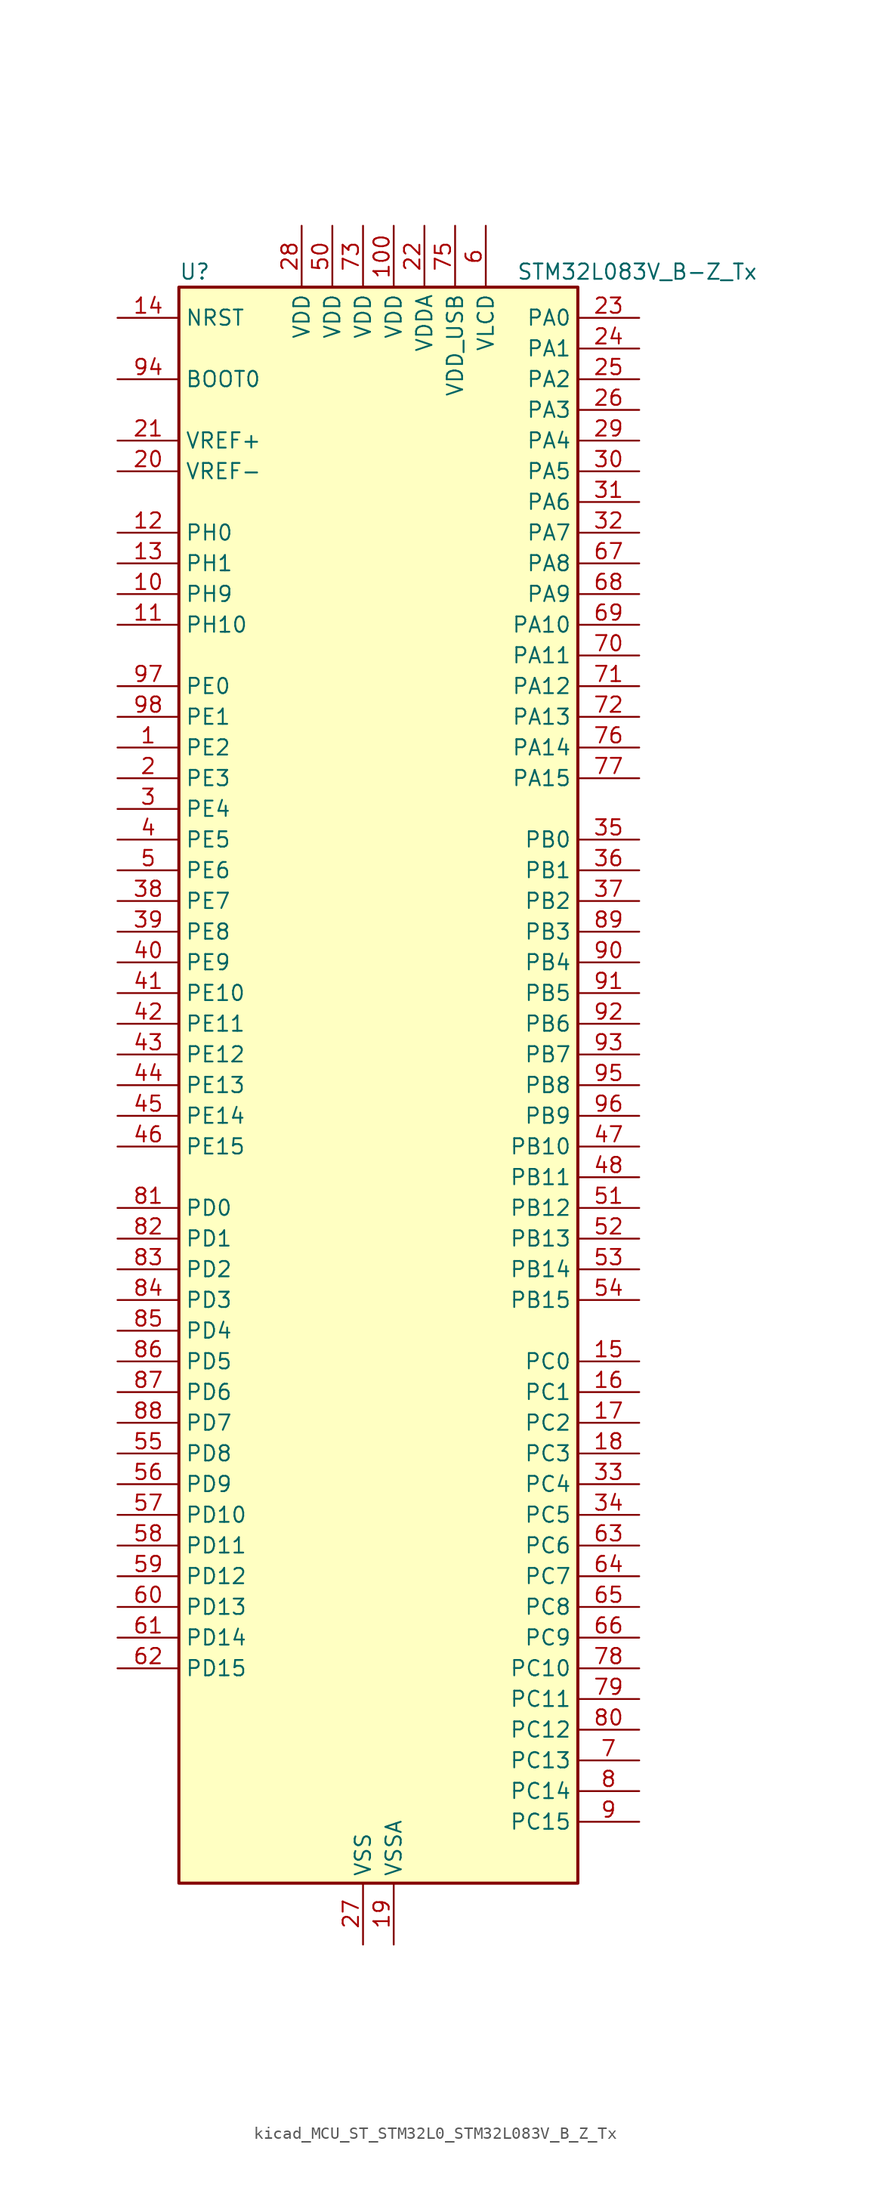
<source format=kicad_sym>
(kicad_symbol_lib
  (version 20220914)
  (generator kicad_symbol_editor)
  (symbol "kicad_MCU_ST_STM32L0_STM32L083V_B_Z_Tx"
    (property "Reference" "U"
      (at -15.24 67.31 0)
      (effects (font (size 1.27 1.27)) (justify left)))
    (property "Value" "STM32L083V_B-Z_Tx"
      (at 12.7 67.31 0)
      (effects (font (size 1.27 1.27)) (justify left)))
    (property "ki_locked" ""
      (at 0 0 0)
      (effects (font (size 1.27 1.27))))
    (symbol "kicad_MCU_ST_STM32L0_STM32L083V_B_Z_Tx_0_1"
      (rectangle (start -15.24 -66.04) (end 17.78 66.04) (stroke (width 0.254) (type default)) (fill (type background))))
    (symbol "kicad_MCU_ST_STM32L0_STM32L083V_B_Z_Tx_1_1"
      (pin bidirectional line (at -20.32 27.94 0) (length 5.08) (name "PE2" (effects (font (size 1.27 1.27)))) (number "1" (effects (font (size 1.27 1.27)))) (alternate "LCD_SEG38" bidirectional line) (alternate "TIM3_ETR" bidirectional line))
      (pin bidirectional line (at -20.32 40.64 0) (length 5.08) (name "PH9" (effects (font (size 1.27 1.27)))) (number "10" (effects (font (size 1.27 1.27)))) (alternate "DAC_EXTI9" bidirectional line))
      (pin power_in line (at 2.54 71.12 270) (length 5.08) (name "VDD" (effects (font (size 1.27 1.27)))) (number "100" (effects (font (size 1.27 1.27)))))
      (pin bidirectional line (at -20.32 38.1 0) (length 5.08) (name "PH10" (effects (font (size 1.27 1.27)))) (number "11" (effects (font (size 1.27 1.27)))))
      (pin bidirectional line (at -20.32 45.72 0) (length 5.08) (name "PH0" (effects (font (size 1.27 1.27)))) (number "12" (effects (font (size 1.27 1.27)))) (alternate "CRS_SYNC" bidirectional line) (alternate "RCC_OSC_IN" bidirectional line))
      (pin bidirectional line (at -20.32 43.18 0) (length 5.08) (name "PH1" (effects (font (size 1.27 1.27)))) (number "13" (effects (font (size 1.27 1.27)))) (alternate "RCC_OSC_OUT" bidirectional line))
      (pin input line (at -20.32 63.5 0) (length 5.08) (name "NRST" (effects (font (size 1.27 1.27)))) (number "14" (effects (font (size 1.27 1.27)))))
      (pin bidirectional line (at 22.86 -22.86 180) (length 5.08) (name "PC0" (effects (font (size 1.27 1.27)))) (number "15" (effects (font (size 1.27 1.27)))) (alternate "ADC_IN10" bidirectional line) (alternate "I2C3_SCL" bidirectional line) (alternate "LCD_SEG18" bidirectional line) (alternate "LPTIM1_IN1" bidirectional line) (alternate "LPUART1_RX" bidirectional line) (alternate "TSC_G7_IO1" bidirectional line))
      (pin bidirectional line (at 22.86 -25.4 180) (length 5.08) (name "PC1" (effects (font (size 1.27 1.27)))) (number "16" (effects (font (size 1.27 1.27)))) (alternate "ADC_IN11" bidirectional line) (alternate "I2C3_SDA" bidirectional line) (alternate "LCD_SEG19" bidirectional line) (alternate "LPTIM1_OUT" bidirectional line) (alternate "LPUART1_TX" bidirectional line) (alternate "TSC_G7_IO2" bidirectional line))
      (pin bidirectional line (at 22.86 -27.94 180) (length 5.08) (name "PC2" (effects (font (size 1.27 1.27)))) (number "17" (effects (font (size 1.27 1.27)))) (alternate "ADC_IN12" bidirectional line) (alternate "I2S2_MCK" bidirectional line) (alternate "LCD_SEG20" bidirectional line) (alternate "LPTIM1_IN2" bidirectional line) (alternate "SPI2_MISO" bidirectional line) (alternate "TSC_G7_IO3" bidirectional line))
      (pin bidirectional line (at 22.86 -30.48 180) (length 5.08) (name "PC3" (effects (font (size 1.27 1.27)))) (number "18" (effects (font (size 1.27 1.27)))) (alternate "ADC_IN13" bidirectional line) (alternate "I2S2_SD" bidirectional line) (alternate "LCD_SEG21" bidirectional line) (alternate "LPTIM1_ETR" bidirectional line) (alternate "SPI2_MOSI" bidirectional line) (alternate "TSC_G7_IO4" bidirectional line))
      (pin power_in line (at 2.54 -71.12 90) (length 5.08) (name "VSSA" (effects (font (size 1.27 1.27)))) (number "19" (effects (font (size 1.27 1.27)))))
      (pin bidirectional line (at -20.32 25.4 0) (length 5.08) (name "PE3" (effects (font (size 1.27 1.27)))) (number "2" (effects (font (size 1.27 1.27)))) (alternate "LCD_SEG39" bidirectional line) (alternate "TIM22_CH1" bidirectional line) (alternate "TIM3_CH1" bidirectional line))
      (pin input line (at -20.32 50.8 0) (length 5.08) (name "VREF-" (effects (font (size 1.27 1.27)))) (number "20" (effects (font (size 1.27 1.27)))))
      (pin input line (at -20.32 53.34 0) (length 5.08) (name "VREF+" (effects (font (size 1.27 1.27)))) (number "21" (effects (font (size 1.27 1.27)))))
      (pin power_in line (at 5.08 71.12 270) (length 5.08) (name "VDDA" (effects (font (size 1.27 1.27)))) (number "22" (effects (font (size 1.27 1.27)))))
      (pin bidirectional line (at 22.86 63.5 180) (length 5.08) (name "PA0" (effects (font (size 1.27 1.27)))) (number "23" (effects (font (size 1.27 1.27)))) (alternate "ADC_IN0" bidirectional line) (alternate "COMP1_INM" bidirectional line) (alternate "COMP1_OUT" bidirectional line) (alternate "RTC_TAMP2" bidirectional line) (alternate "SYS_WKUP1" bidirectional line) (alternate "TIM2_CH1" bidirectional line) (alternate "TIM2_ETR" bidirectional line) (alternate "TSC_G1_IO1" bidirectional line) (alternate "USART2_CTS" bidirectional line) (alternate "USART4_TX" bidirectional line))
      (pin bidirectional line (at 22.86 60.96 180) (length 5.08) (name "PA1" (effects (font (size 1.27 1.27)))) (number "24" (effects (font (size 1.27 1.27)))) (alternate "ADC_IN1" bidirectional line) (alternate "COMP1_INP" bidirectional line) (alternate "LCD_SEG0" bidirectional line) (alternate "TIM21_ETR" bidirectional line) (alternate "TIM2_CH2" bidirectional line) (alternate "TSC_G1_IO2" bidirectional line) (alternate "USART2_DE" bidirectional line) (alternate "USART2_RTS" bidirectional line) (alternate "USART4_RX" bidirectional line))
      (pin bidirectional line (at 22.86 58.42 180) (length 5.08) (name "PA2" (effects (font (size 1.27 1.27)))) (number "25" (effects (font (size 1.27 1.27)))) (alternate "ADC_IN2" bidirectional line) (alternate "COMP2_INM" bidirectional line) (alternate "COMP2_OUT" bidirectional line) (alternate "LCD_SEG1" bidirectional line) (alternate "LPUART1_TX" bidirectional line) (alternate "TIM21_CH1" bidirectional line) (alternate "TIM2_CH3" bidirectional line) (alternate "TSC_G1_IO3" bidirectional line) (alternate "USART2_TX" bidirectional line))
      (pin bidirectional line (at 22.86 55.88 180) (length 5.08) (name "PA3" (effects (font (size 1.27 1.27)))) (number "26" (effects (font (size 1.27 1.27)))) (alternate "ADC_IN3" bidirectional line) (alternate "COMP2_INP" bidirectional line) (alternate "LCD_SEG2" bidirectional line) (alternate "LPUART1_RX" bidirectional line) (alternate "TIM21_CH2" bidirectional line) (alternate "TIM2_CH4" bidirectional line) (alternate "TSC_G1_IO4" bidirectional line) (alternate "USART2_RX" bidirectional line))
      (pin power_in line (at 0 -71.12 90) (length 5.08) (name "VSS" (effects (font (size 1.27 1.27)))) (number "27" (effects (font (size 1.27 1.27)))))
      (pin power_in line (at -5.08 71.12 270) (length 5.08) (name "VDD" (effects (font (size 1.27 1.27)))) (number "28" (effects (font (size 1.27 1.27)))))
      (pin bidirectional line (at 22.86 53.34 180) (length 5.08) (name "PA4" (effects (font (size 1.27 1.27)))) (number "29" (effects (font (size 1.27 1.27)))) (alternate "ADC_IN4" bidirectional line) (alternate "COMP1_INM" bidirectional line) (alternate "COMP2_INM" bidirectional line) (alternate "DAC_OUT1" bidirectional line) (alternate "SPI1_NSS" bidirectional line) (alternate "TIM22_ETR" bidirectional line) (alternate "TSC_G2_IO1" bidirectional line) (alternate "USART2_CK" bidirectional line))
      (pin bidirectional line (at -20.32 22.86 0) (length 5.08) (name "PE4" (effects (font (size 1.27 1.27)))) (number "3" (effects (font (size 1.27 1.27)))) (alternate "TIM22_CH2" bidirectional line) (alternate "TIM3_CH2" bidirectional line))
      (pin bidirectional line (at 22.86 50.8 180) (length 5.08) (name "PA5" (effects (font (size 1.27 1.27)))) (number "30" (effects (font (size 1.27 1.27)))) (alternate "ADC_IN5" bidirectional line) (alternate "COMP1_INM" bidirectional line) (alternate "COMP2_INM" bidirectional line) (alternate "DAC_OUT2" bidirectional line) (alternate "SPI1_SCK" bidirectional line) (alternate "TIM2_CH1" bidirectional line) (alternate "TIM2_ETR" bidirectional line) (alternate "TSC_G2_IO2" bidirectional line))
      (pin bidirectional line (at 22.86 48.26 180) (length 5.08) (name "PA6" (effects (font (size 1.27 1.27)))) (number "31" (effects (font (size 1.27 1.27)))) (alternate "ADC_IN6" bidirectional line) (alternate "COMP1_OUT" bidirectional line) (alternate "LCD_SEG3" bidirectional line) (alternate "LPUART1_CTS" bidirectional line) (alternate "SPI1_MISO" bidirectional line) (alternate "TIM22_CH1" bidirectional line) (alternate "TIM3_CH1" bidirectional line) (alternate "TSC_G2_IO3" bidirectional line))
      (pin bidirectional line (at 22.86 45.72 180) (length 5.08) (name "PA7" (effects (font (size 1.27 1.27)))) (number "32" (effects (font (size 1.27 1.27)))) (alternate "ADC_IN7" bidirectional line) (alternate "COMP2_OUT" bidirectional line) (alternate "LCD_SEG4" bidirectional line) (alternate "SPI1_MOSI" bidirectional line) (alternate "TIM22_CH2" bidirectional line) (alternate "TIM3_CH2" bidirectional line) (alternate "TSC_G2_IO4" bidirectional line))
      (pin bidirectional line (at 22.86 -33.02 180) (length 5.08) (name "PC4" (effects (font (size 1.27 1.27)))) (number "33" (effects (font (size 1.27 1.27)))) (alternate "ADC_IN14" bidirectional line) (alternate "LCD_SEG22" bidirectional line) (alternate "LPUART1_TX" bidirectional line))
      (pin bidirectional line (at 22.86 -35.56 180) (length 5.08) (name "PC5" (effects (font (size 1.27 1.27)))) (number "34" (effects (font (size 1.27 1.27)))) (alternate "ADC_IN15" bidirectional line) (alternate "LCD_SEG23" bidirectional line) (alternate "LPUART1_RX" bidirectional line) (alternate "TSC_G3_IO1" bidirectional line))
      (pin bidirectional line (at 22.86 20.32 180) (length 5.08) (name "PB0" (effects (font (size 1.27 1.27)))) (number "35" (effects (font (size 1.27 1.27)))) (alternate "ADC_IN8" bidirectional line) (alternate "LCD_SEG5" bidirectional line) (alternate "LCD_VLCD3" bidirectional line) (alternate "SYS_VREF_OUT_PB0" bidirectional line) (alternate "TIM3_CH3" bidirectional line) (alternate "TSC_G3_IO2" bidirectional line))
      (pin bidirectional line (at 22.86 17.78 180) (length 5.08) (name "PB1" (effects (font (size 1.27 1.27)))) (number "36" (effects (font (size 1.27 1.27)))) (alternate "ADC_IN9" bidirectional line) (alternate "LCD_SEG6" bidirectional line) (alternate "LPUART1_DE" bidirectional line) (alternate "LPUART1_RTS" bidirectional line) (alternate "SYS_VREF_OUT_PB1" bidirectional line) (alternate "TIM3_CH4" bidirectional line) (alternate "TSC_G3_IO3" bidirectional line))
      (pin bidirectional line (at 22.86 15.24 180) (length 5.08) (name "PB2" (effects (font (size 1.27 1.27)))) (number "37" (effects (font (size 1.27 1.27)))) (alternate "I2C3_SMBA" bidirectional line) (alternate "LCD_VLCD2" bidirectional line) (alternate "LPTIM1_OUT" bidirectional line) (alternate "TSC_G3_IO4" bidirectional line))
      (pin bidirectional line (at -20.32 15.24 0) (length 5.08) (name "PE7" (effects (font (size 1.27 1.27)))) (number "38" (effects (font (size 1.27 1.27)))) (alternate "LCD_SEG45" bidirectional line) (alternate "USART5_CK" bidirectional line) (alternate "USART5_DE" bidirectional line) (alternate "USART5_RTS" bidirectional line))
      (pin bidirectional line (at -20.32 12.7 0) (length 5.08) (name "PE8" (effects (font (size 1.27 1.27)))) (number "39" (effects (font (size 1.27 1.27)))) (alternate "LCD_SEG46" bidirectional line) (alternate "USART4_TX" bidirectional line))
      (pin bidirectional line (at -20.32 20.32 0) (length 5.08) (name "PE5" (effects (font (size 1.27 1.27)))) (number "4" (effects (font (size 1.27 1.27)))) (alternate "TIM21_CH1" bidirectional line) (alternate "TIM3_CH3" bidirectional line))
      (pin bidirectional line (at -20.32 10.16 0) (length 5.08) (name "PE9" (effects (font (size 1.27 1.27)))) (number "40" (effects (font (size 1.27 1.27)))) (alternate "DAC_EXTI9" bidirectional line) (alternate "LCD_SEG47" bidirectional line) (alternate "TIM2_CH1" bidirectional line) (alternate "TIM2_ETR" bidirectional line) (alternate "USART4_RX" bidirectional line))
      (pin bidirectional line (at -20.32 7.62 0) (length 5.08) (name "PE10" (effects (font (size 1.27 1.27)))) (number "41" (effects (font (size 1.27 1.27)))) (alternate "LCD_SEG40" bidirectional line) (alternate "TIM2_CH2" bidirectional line) (alternate "USART5_TX" bidirectional line))
      (pin bidirectional line (at -20.32 5.08 0) (length 5.08) (name "PE11" (effects (font (size 1.27 1.27)))) (number "42" (effects (font (size 1.27 1.27)))) (alternate "ADC_EXTI11" bidirectional line) (alternate "LCD_VLCD1" bidirectional line) (alternate "TIM2_CH3" bidirectional line) (alternate "USART5_RX" bidirectional line))
      (pin bidirectional line (at -20.32 2.54 0) (length 5.08) (name "PE12" (effects (font (size 1.27 1.27)))) (number "43" (effects (font (size 1.27 1.27)))) (alternate "LCD_VLCD3" bidirectional line) (alternate "SPI1_NSS" bidirectional line) (alternate "TIM2_CH4" bidirectional line))
      (pin bidirectional line (at -20.32 0 0) (length 5.08) (name "PE13" (effects (font (size 1.27 1.27)))) (number "44" (effects (font (size 1.27 1.27)))) (alternate "LCD_SEG41" bidirectional line) (alternate "SPI1_SCK" bidirectional line))
      (pin bidirectional line (at -20.32 -2.54 0) (length 5.08) (name "PE14" (effects (font (size 1.27 1.27)))) (number "45" (effects (font (size 1.27 1.27)))) (alternate "LCD_SEG42" bidirectional line) (alternate "SPI1_MISO" bidirectional line))
      (pin bidirectional line (at -20.32 -5.08 0) (length 5.08) (name "PE15" (effects (font (size 1.27 1.27)))) (number "46" (effects (font (size 1.27 1.27)))) (alternate "LCD_SEG43" bidirectional line) (alternate "SPI1_MOSI" bidirectional line))
      (pin bidirectional line (at 22.86 -5.08 180) (length 5.08) (name "PB10" (effects (font (size 1.27 1.27)))) (number "47" (effects (font (size 1.27 1.27)))) (alternate "I2C2_SCL" bidirectional line) (alternate "LCD_SEG10" bidirectional line) (alternate "LPUART1_RX" bidirectional line) (alternate "LPUART1_TX" bidirectional line) (alternate "SPI2_SCK" bidirectional line) (alternate "TIM2_CH3" bidirectional line) (alternate "TSC_SYNC" bidirectional line))
      (pin bidirectional line (at 22.86 -7.62 180) (length 5.08) (name "PB11" (effects (font (size 1.27 1.27)))) (number "48" (effects (font (size 1.27 1.27)))) (alternate "ADC_EXTI11" bidirectional line) (alternate "I2C2_SDA" bidirectional line) (alternate "LCD_SEG11" bidirectional line) (alternate "LPUART1_RX" bidirectional line) (alternate "LPUART1_TX" bidirectional line) (alternate "TIM2_CH4" bidirectional line) (alternate "TSC_G6_IO1" bidirectional line))
      (pin passive line (at 0 -71.12 90) (length 5.08) hide (name "VSS" (effects (font (size 1.27 1.27)))) (number "49" (effects (font (size 1.27 1.27)))))
      (pin bidirectional line (at -20.32 17.78 0) (length 5.08) (name "PE6" (effects (font (size 1.27 1.27)))) (number "5" (effects (font (size 1.27 1.27)))) (alternate "RTC_TAMP3" bidirectional line) (alternate "SYS_WKUP3" bidirectional line) (alternate "TIM21_CH2" bidirectional line) (alternate "TIM3_CH4" bidirectional line))
      (pin power_in line (at -2.54 71.12 270) (length 5.08) (name "VDD" (effects (font (size 1.27 1.27)))) (number "50" (effects (font (size 1.27 1.27)))))
      (pin bidirectional line (at 22.86 -10.16 180) (length 5.08) (name "PB12" (effects (font (size 1.27 1.27)))) (number "51" (effects (font (size 1.27 1.27)))) (alternate "I2S2_WS" bidirectional line) (alternate "LCD_SEG12" bidirectional line) (alternate "LCD_VLCD2" bidirectional line) (alternate "LPUART1_DE" bidirectional line) (alternate "LPUART1_RTS" bidirectional line) (alternate "SPI2_NSS" bidirectional line) (alternate "TSC_G6_IO2" bidirectional line))
      (pin bidirectional line (at 22.86 -12.7 180) (length 5.08) (name "PB13" (effects (font (size 1.27 1.27)))) (number "52" (effects (font (size 1.27 1.27)))) (alternate "I2C2_SCL" bidirectional line) (alternate "I2S2_CK" bidirectional line) (alternate "LCD_SEG13" bidirectional line) (alternate "LPUART1_CTS" bidirectional line) (alternate "RCC_MCO" bidirectional line) (alternate "SPI2_SCK" bidirectional line) (alternate "TIM21_CH1" bidirectional line) (alternate "TSC_G6_IO3" bidirectional line))
      (pin bidirectional line (at 22.86 -15.24 180) (length 5.08) (name "PB14" (effects (font (size 1.27 1.27)))) (number "53" (effects (font (size 1.27 1.27)))) (alternate "I2C2_SDA" bidirectional line) (alternate "I2S2_MCK" bidirectional line) (alternate "LCD_SEG14" bidirectional line) (alternate "LPUART1_DE" bidirectional line) (alternate "LPUART1_RTS" bidirectional line) (alternate "RTC_OUT_ALARM" bidirectional line) (alternate "RTC_OUT_CALIB" bidirectional line) (alternate "SPI2_MISO" bidirectional line) (alternate "TIM21_CH2" bidirectional line) (alternate "TSC_G6_IO4" bidirectional line))
      (pin bidirectional line (at 22.86 -17.78 180) (length 5.08) (name "PB15" (effects (font (size 1.27 1.27)))) (number "54" (effects (font (size 1.27 1.27)))) (alternate "I2S2_SD" bidirectional line) (alternate "LCD_SEG15" bidirectional line) (alternate "RTC_REFIN" bidirectional line) (alternate "SPI2_MOSI" bidirectional line))
      (pin bidirectional line (at -20.32 -30.48 0) (length 5.08) (name "PD8" (effects (font (size 1.27 1.27)))) (number "55" (effects (font (size 1.27 1.27)))) (alternate "LCD_SEG28" bidirectional line) (alternate "LPUART1_TX" bidirectional line))
      (pin bidirectional line (at -20.32 -33.02 0) (length 5.08) (name "PD9" (effects (font (size 1.27 1.27)))) (number "56" (effects (font (size 1.27 1.27)))) (alternate "DAC_EXTI9" bidirectional line) (alternate "LCD_SEG29" bidirectional line) (alternate "LPUART1_RX" bidirectional line))
      (pin bidirectional line (at -20.32 -35.56 0) (length 5.08) (name "PD10" (effects (font (size 1.27 1.27)))) (number "57" (effects (font (size 1.27 1.27)))) (alternate "LCD_SEG30" bidirectional line))
      (pin bidirectional line (at -20.32 -38.1 0) (length 5.08) (name "PD11" (effects (font (size 1.27 1.27)))) (number "58" (effects (font (size 1.27 1.27)))) (alternate "ADC_EXTI11" bidirectional line) (alternate "LCD_SEG31" bidirectional line) (alternate "LPUART1_CTS" bidirectional line))
      (pin bidirectional line (at -20.32 -40.64 0) (length 5.08) (name "PD12" (effects (font (size 1.27 1.27)))) (number "59" (effects (font (size 1.27 1.27)))) (alternate "LCD_SEG32" bidirectional line) (alternate "LPUART1_DE" bidirectional line) (alternate "LPUART1_RTS" bidirectional line))
      (pin power_in line (at 10.16 71.12 270) (length 5.08) (name "VLCD" (effects (font (size 1.27 1.27)))) (number "6" (effects (font (size 1.27 1.27)))))
      (pin bidirectional line (at -20.32 -43.18 0) (length 5.08) (name "PD13" (effects (font (size 1.27 1.27)))) (number "60" (effects (font (size 1.27 1.27)))) (alternate "LCD_SEG33" bidirectional line))
      (pin bidirectional line (at -20.32 -45.72 0) (length 5.08) (name "PD14" (effects (font (size 1.27 1.27)))) (number "61" (effects (font (size 1.27 1.27)))) (alternate "LCD_SEG34" bidirectional line))
      (pin bidirectional line (at -20.32 -48.26 0) (length 5.08) (name "PD15" (effects (font (size 1.27 1.27)))) (number "62" (effects (font (size 1.27 1.27)))) (alternate "CRS_SYNC" bidirectional line) (alternate "LCD_SEG35" bidirectional line))
      (pin bidirectional line (at 22.86 -38.1 180) (length 5.08) (name "PC6" (effects (font (size 1.27 1.27)))) (number "63" (effects (font (size 1.27 1.27)))) (alternate "LCD_SEG24" bidirectional line) (alternate "TIM22_CH1" bidirectional line) (alternate "TIM3_CH1" bidirectional line) (alternate "TSC_G8_IO1" bidirectional line))
      (pin bidirectional line (at 22.86 -40.64 180) (length 5.08) (name "PC7" (effects (font (size 1.27 1.27)))) (number "64" (effects (font (size 1.27 1.27)))) (alternate "LCD_SEG25" bidirectional line) (alternate "TIM22_CH2" bidirectional line) (alternate "TIM3_CH2" bidirectional line) (alternate "TSC_G8_IO2" bidirectional line))
      (pin bidirectional line (at 22.86 -43.18 180) (length 5.08) (name "PC8" (effects (font (size 1.27 1.27)))) (number "65" (effects (font (size 1.27 1.27)))) (alternate "LCD_SEG26" bidirectional line) (alternate "TIM22_ETR" bidirectional line) (alternate "TIM3_CH3" bidirectional line) (alternate "TSC_G8_IO3" bidirectional line))
      (pin bidirectional line (at 22.86 -45.72 180) (length 5.08) (name "PC9" (effects (font (size 1.27 1.27)))) (number "66" (effects (font (size 1.27 1.27)))) (alternate "DAC_EXTI9" bidirectional line) (alternate "I2C3_SDA" bidirectional line) (alternate "LCD_SEG27" bidirectional line) (alternate "TIM21_ETR" bidirectional line) (alternate "TIM3_CH4" bidirectional line) (alternate "TSC_G8_IO4" bidirectional line) (alternate "USB_NOE" bidirectional line))
      (pin bidirectional line (at 22.86 43.18 180) (length 5.08) (name "PA8" (effects (font (size 1.27 1.27)))) (number "67" (effects (font (size 1.27 1.27)))) (alternate "CRS_SYNC" bidirectional line) (alternate "I2C3_SCL" bidirectional line) (alternate "LCD_COM0" bidirectional line) (alternate "RCC_MCO" bidirectional line) (alternate "USART1_CK" bidirectional line))
      (pin bidirectional line (at 22.86 40.64 180) (length 5.08) (name "PA9" (effects (font (size 1.27 1.27)))) (number "68" (effects (font (size 1.27 1.27)))) (alternate "DAC_EXTI9" bidirectional line) (alternate "I2C1_SCL" bidirectional line) (alternate "I2C3_SMBA" bidirectional line) (alternate "LCD_COM1" bidirectional line) (alternate "RCC_MCO" bidirectional line) (alternate "TSC_G4_IO1" bidirectional line) (alternate "USART1_TX" bidirectional line))
      (pin bidirectional line (at 22.86 38.1 180) (length 5.08) (name "PA10" (effects (font (size 1.27 1.27)))) (number "69" (effects (font (size 1.27 1.27)))) (alternate "I2C1_SDA" bidirectional line) (alternate "LCD_COM2" bidirectional line) (alternate "TSC_G4_IO2" bidirectional line) (alternate "USART1_RX" bidirectional line))
      (pin bidirectional line (at 22.86 -55.88 180) (length 5.08) (name "PC13" (effects (font (size 1.27 1.27)))) (number "7" (effects (font (size 1.27 1.27)))) (alternate "RTC_OUT_ALARM" bidirectional line) (alternate "RTC_OUT_CALIB" bidirectional line) (alternate "RTC_TAMP1" bidirectional line) (alternate "RTC_TS" bidirectional line) (alternate "SYS_WKUP2" bidirectional line))
      (pin bidirectional line (at 22.86 35.56 180) (length 5.08) (name "PA11" (effects (font (size 1.27 1.27)))) (number "70" (effects (font (size 1.27 1.27)))) (alternate "ADC_EXTI11" bidirectional line) (alternate "COMP1_OUT" bidirectional line) (alternate "SPI1_MISO" bidirectional line) (alternate "TSC_G4_IO3" bidirectional line) (alternate "USART1_CTS" bidirectional line) (alternate "USB_DM" bidirectional line))
      (pin bidirectional line (at 22.86 33.02 180) (length 5.08) (name "PA12" (effects (font (size 1.27 1.27)))) (number "71" (effects (font (size 1.27 1.27)))) (alternate "COMP2_OUT" bidirectional line) (alternate "SPI1_MOSI" bidirectional line) (alternate "TSC_G4_IO4" bidirectional line) (alternate "USART1_DE" bidirectional line) (alternate "USART1_RTS" bidirectional line) (alternate "USB_DP" bidirectional line))
      (pin bidirectional line (at 22.86 30.48 180) (length 5.08) (name "PA13" (effects (font (size 1.27 1.27)))) (number "72" (effects (font (size 1.27 1.27)))) (alternate "LPUART1_RX" bidirectional line) (alternate "SYS_SWDIO" bidirectional line) (alternate "USB_NOE" bidirectional line))
      (pin power_in line (at 0 71.12 270) (length 5.08) (name "VDD" (effects (font (size 1.27 1.27)))) (number "73" (effects (font (size 1.27 1.27)))))
      (pin passive line (at 0 -71.12 90) (length 5.08) hide (name "VSS" (effects (font (size 1.27 1.27)))) (number "74" (effects (font (size 1.27 1.27)))))
      (pin power_in line (at 7.62 71.12 270) (length 5.08) (name "VDD_USB" (effects (font (size 1.27 1.27)))) (number "75" (effects (font (size 1.27 1.27)))))
      (pin bidirectional line (at 22.86 27.94 180) (length 5.08) (name "PA14" (effects (font (size 1.27 1.27)))) (number "76" (effects (font (size 1.27 1.27)))) (alternate "LPUART1_TX" bidirectional line) (alternate "SYS_SWCLK" bidirectional line) (alternate "USART2_TX" bidirectional line))
      (pin bidirectional line (at 22.86 25.4 180) (length 5.08) (name "PA15" (effects (font (size 1.27 1.27)))) (number "77" (effects (font (size 1.27 1.27)))) (alternate "LCD_SEG17" bidirectional line) (alternate "SPI1_NSS" bidirectional line) (alternate "TIM2_CH1" bidirectional line) (alternate "TIM2_ETR" bidirectional line) (alternate "USART2_RX" bidirectional line) (alternate "USART4_DE" bidirectional line) (alternate "USART4_RTS" bidirectional line))
      (pin bidirectional line (at 22.86 -48.26 180) (length 5.08) (name "PC10" (effects (font (size 1.27 1.27)))) (number "78" (effects (font (size 1.27 1.27)))) (alternate "LCD_COM4" bidirectional line) (alternate "LCD_SEG28" bidirectional line) (alternate "LCD_SEG48" bidirectional line) (alternate "LPUART1_TX" bidirectional line) (alternate "USART4_TX" bidirectional line))
      (pin bidirectional line (at 22.86 -50.8 180) (length 5.08) (name "PC11" (effects (font (size 1.27 1.27)))) (number "79" (effects (font (size 1.27 1.27)))) (alternate "ADC_EXTI11" bidirectional line) (alternate "LCD_COM5" bidirectional line) (alternate "LCD_SEG29" bidirectional line) (alternate "LCD_SEG49" bidirectional line) (alternate "LPUART1_RX" bidirectional line) (alternate "USART4_RX" bidirectional line))
      (pin bidirectional line (at 22.86 -58.42 180) (length 5.08) (name "PC14" (effects (font (size 1.27 1.27)))) (number "8" (effects (font (size 1.27 1.27)))) (alternate "RCC_OSC32_IN" bidirectional line))
      (pin bidirectional line (at 22.86 -53.34 180) (length 5.08) (name "PC12" (effects (font (size 1.27 1.27)))) (number "80" (effects (font (size 1.27 1.27)))) (alternate "LCD_COM6" bidirectional line) (alternate "LCD_SEG30" bidirectional line) (alternate "LCD_SEG50" bidirectional line) (alternate "USART4_CK" bidirectional line) (alternate "USART5_TX" bidirectional line))
      (pin bidirectional line (at -20.32 -10.16 0) (length 5.08) (name "PD0" (effects (font (size 1.27 1.27)))) (number "81" (effects (font (size 1.27 1.27)))) (alternate "I2S2_WS" bidirectional line) (alternate "SPI2_NSS" bidirectional line) (alternate "TIM21_CH1" bidirectional line))
      (pin bidirectional line (at -20.32 -12.7 0) (length 5.08) (name "PD1" (effects (font (size 1.27 1.27)))) (number "82" (effects (font (size 1.27 1.27)))) (alternate "I2S2_CK" bidirectional line) (alternate "SPI2_SCK" bidirectional line))
      (pin bidirectional line (at -20.32 -15.24 0) (length 5.08) (name "PD2" (effects (font (size 1.27 1.27)))) (number "83" (effects (font (size 1.27 1.27)))) (alternate "LCD_COM7" bidirectional line) (alternate "LCD_SEG31" bidirectional line) (alternate "LCD_SEG51" bidirectional line) (alternate "LPUART1_DE" bidirectional line) (alternate "LPUART1_RTS" bidirectional line) (alternate "TIM3_ETR" bidirectional line) (alternate "USART5_RX" bidirectional line))
      (pin bidirectional line (at -20.32 -17.78 0) (length 5.08) (name "PD3" (effects (font (size 1.27 1.27)))) (number "84" (effects (font (size 1.27 1.27)))) (alternate "I2S2_MCK" bidirectional line) (alternate "LCD_SEG44" bidirectional line) (alternate "SPI2_MISO" bidirectional line) (alternate "USART2_CTS" bidirectional line))
      (pin bidirectional line (at -20.32 -20.32 0) (length 5.08) (name "PD4" (effects (font (size 1.27 1.27)))) (number "85" (effects (font (size 1.27 1.27)))) (alternate "I2S2_SD" bidirectional line) (alternate "SPI2_MOSI" bidirectional line) (alternate "USART2_DE" bidirectional line) (alternate "USART2_RTS" bidirectional line))
      (pin bidirectional line (at -20.32 -22.86 0) (length 5.08) (name "PD5" (effects (font (size 1.27 1.27)))) (number "86" (effects (font (size 1.27 1.27)))) (alternate "USART2_TX" bidirectional line))
      (pin bidirectional line (at -20.32 -25.4 0) (length 5.08) (name "PD6" (effects (font (size 1.27 1.27)))) (number "87" (effects (font (size 1.27 1.27)))) (alternate "USART2_RX" bidirectional line))
      (pin bidirectional line (at -20.32 -27.94 0) (length 5.08) (name "PD7" (effects (font (size 1.27 1.27)))) (number "88" (effects (font (size 1.27 1.27)))) (alternate "TIM21_CH2" bidirectional line) (alternate "USART2_CK" bidirectional line))
      (pin bidirectional line (at 22.86 12.7 180) (length 5.08) (name "PB3" (effects (font (size 1.27 1.27)))) (number "89" (effects (font (size 1.27 1.27)))) (alternate "COMP2_INM" bidirectional line) (alternate "LCD_SEG7" bidirectional line) (alternate "SPI1_SCK" bidirectional line) (alternate "TIM2_CH2" bidirectional line) (alternate "TSC_G5_IO1" bidirectional line) (alternate "USART1_DE" bidirectional line) (alternate "USART1_RTS" bidirectional line) (alternate "USART5_TX" bidirectional line))
      (pin bidirectional line (at 22.86 -60.96 180) (length 5.08) (name "PC15" (effects (font (size 1.27 1.27)))) (number "9" (effects (font (size 1.27 1.27)))) (alternate "RCC_OSC32_OUT" bidirectional line))
      (pin bidirectional line (at 22.86 10.16 180) (length 5.08) (name "PB4" (effects (font (size 1.27 1.27)))) (number "90" (effects (font (size 1.27 1.27)))) (alternate "COMP2_INP" bidirectional line) (alternate "I2C3_SDA" bidirectional line) (alternate "LCD_SEG8" bidirectional line) (alternate "SPI1_MISO" bidirectional line) (alternate "TIM22_CH1" bidirectional line) (alternate "TIM3_CH1" bidirectional line) (alternate "TSC_G5_IO2" bidirectional line) (alternate "USART1_CTS" bidirectional line) (alternate "USART5_RX" bidirectional line))
      (pin bidirectional line (at 22.86 7.62 180) (length 5.08) (name "PB5" (effects (font (size 1.27 1.27)))) (number "91" (effects (font (size 1.27 1.27)))) (alternate "COMP2_INP" bidirectional line) (alternate "I2C1_SMBA" bidirectional line) (alternate "LCD_SEG9" bidirectional line) (alternate "LPTIM1_IN1" bidirectional line) (alternate "SPI1_MOSI" bidirectional line) (alternate "TIM22_CH2" bidirectional line) (alternate "TIM3_CH2" bidirectional line) (alternate "USART1_CK" bidirectional line) (alternate "USART5_CK" bidirectional line) (alternate "USART5_DE" bidirectional line) (alternate "USART5_RTS" bidirectional line))
      (pin bidirectional line (at 22.86 5.08 180) (length 5.08) (name "PB6" (effects (font (size 1.27 1.27)))) (number "92" (effects (font (size 1.27 1.27)))) (alternate "COMP2_INP" bidirectional line) (alternate "I2C1_SCL" bidirectional line) (alternate "LPTIM1_ETR" bidirectional line) (alternate "TSC_G5_IO3" bidirectional line) (alternate "USART1_TX" bidirectional line))
      (pin bidirectional line (at 22.86 2.54 180) (length 5.08) (name "PB7" (effects (font (size 1.27 1.27)))) (number "93" (effects (font (size 1.27 1.27)))) (alternate "COMP2_INP" bidirectional line) (alternate "I2C1_SDA" bidirectional line) (alternate "LPTIM1_IN2" bidirectional line) (alternate "SYS_PVD_IN" bidirectional line) (alternate "TSC_G5_IO4" bidirectional line) (alternate "USART1_RX" bidirectional line) (alternate "USART4_CTS" bidirectional line))
      (pin input line (at -20.32 58.42 0) (length 5.08) (name "BOOT0" (effects (font (size 1.27 1.27)))) (number "94" (effects (font (size 1.27 1.27)))))
      (pin bidirectional line (at 22.86 0 180) (length 5.08) (name "PB8" (effects (font (size 1.27 1.27)))) (number "95" (effects (font (size 1.27 1.27)))) (alternate "I2C1_SCL" bidirectional line) (alternate "LCD_SEG16" bidirectional line) (alternate "TSC_SYNC" bidirectional line))
      (pin bidirectional line (at 22.86 -2.54 180) (length 5.08) (name "PB9" (effects (font (size 1.27 1.27)))) (number "96" (effects (font (size 1.27 1.27)))) (alternate "DAC_EXTI9" bidirectional line) (alternate "I2C1_SDA" bidirectional line) (alternate "I2S2_WS" bidirectional line) (alternate "LCD_COM3" bidirectional line) (alternate "SPI2_NSS" bidirectional line))
      (pin bidirectional line (at -20.32 33.02 0) (length 5.08) (name "PE0" (effects (font (size 1.27 1.27)))) (number "97" (effects (font (size 1.27 1.27)))) (alternate "LCD_SEG36" bidirectional line))
      (pin bidirectional line (at -20.32 30.48 0) (length 5.08) (name "PE1" (effects (font (size 1.27 1.27)))) (number "98" (effects (font (size 1.27 1.27)))) (alternate "LCD_SEG37" bidirectional line))
      (pin passive line (at 0 -71.12 90) (length 5.08) hide (name "VSS" (effects (font (size 1.27 1.27)))) (number "99" (effects (font (size 1.27 1.27))))))))
</source>
